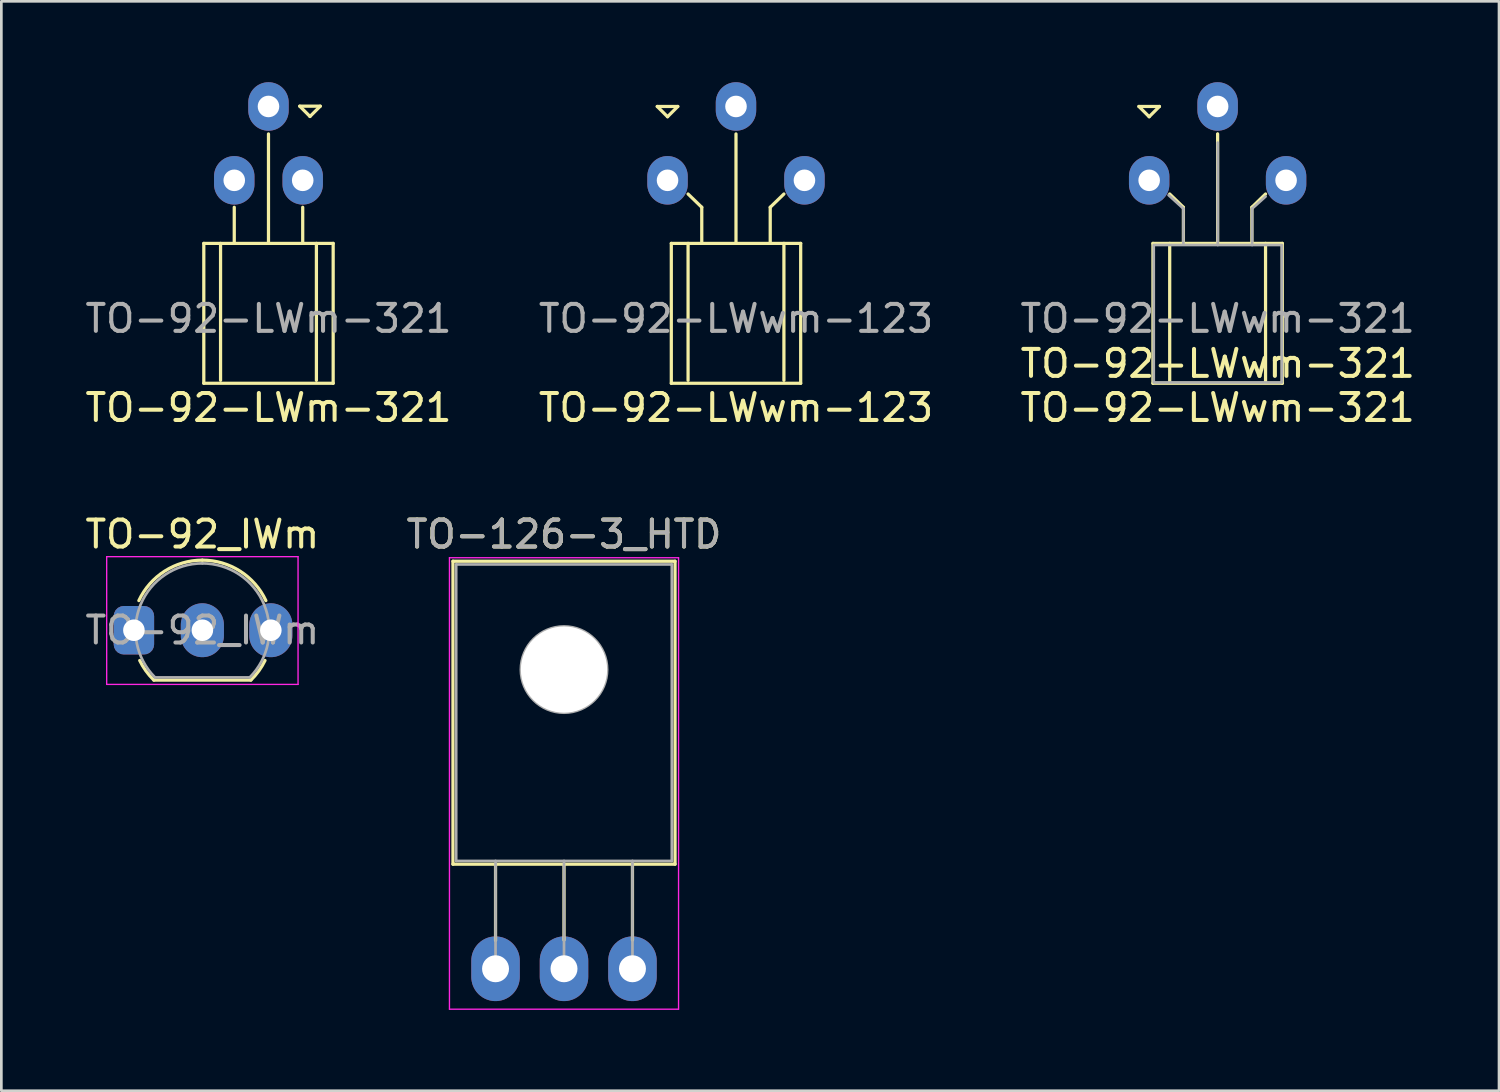
<source format=kicad_pcb>
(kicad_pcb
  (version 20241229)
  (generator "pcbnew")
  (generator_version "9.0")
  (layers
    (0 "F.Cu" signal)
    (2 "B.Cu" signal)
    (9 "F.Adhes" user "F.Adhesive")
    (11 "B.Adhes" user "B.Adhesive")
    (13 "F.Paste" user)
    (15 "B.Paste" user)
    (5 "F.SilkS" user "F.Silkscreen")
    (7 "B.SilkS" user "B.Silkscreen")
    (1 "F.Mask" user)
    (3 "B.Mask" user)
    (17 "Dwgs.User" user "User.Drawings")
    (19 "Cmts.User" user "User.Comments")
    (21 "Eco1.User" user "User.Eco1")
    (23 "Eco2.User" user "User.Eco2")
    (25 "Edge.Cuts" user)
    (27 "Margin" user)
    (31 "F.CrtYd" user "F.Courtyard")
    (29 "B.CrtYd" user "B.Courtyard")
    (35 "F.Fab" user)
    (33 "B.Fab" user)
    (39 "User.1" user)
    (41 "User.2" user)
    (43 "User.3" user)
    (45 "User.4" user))
  (footprint "TO-92_IWm"
    (layer "F.Cu")
    (at 1.918 20.332)
    (property "Reference" "TO-92_IWm" (at 2.54 -3.56 0) (layer "F.SilkS") (effects (font (size 1 1) (thickness 0.15))))
    (attr through_hole)
    (fp_line (start 0.74 1.85) (end 4.34 1.85) (stroke (width 0.12) (type solid)) (layer "F.SilkS"))
    (fp_arc (start 0.1836 -1.098807) (mid 1.143021 -2.192817) (end 2.54 -2.6) (stroke (width 0.12) (type solid)) (layer "F.SilkS"))
    (fp_arc (start 0.74 1.85) (mid 0.446097 1.509328) (end 0.215816 1.122795) (stroke (width 0.12) (type solid)) (layer "F.SilkS"))
    (fp_arc (start 2.54 -2.6) (mid 3.936979 -2.192818) (end 4.8964 -1.098807) (stroke (width 0.12) (type solid)) (layer "F.SilkS"))
    (fp_arc (start 4.864184 1.122795) (mid 4.633903 1.509328) (end 4.34 1.85) (stroke (width 0.12) (type solid)) (layer "F.SilkS"))
    (fp_line (start -1.01 -2.73) (end -1.01 2.01) (stroke (width 0.05) (type solid)) (layer "F.CrtYd"))
    (fp_line (start -1.01 -2.73) (end 6.09 -2.73) (stroke (width 0.05) (type solid)) (layer "F.CrtYd"))
    (fp_line (start 6.09 2.01) (end -1.01 2.01) (stroke (width 0.05) (type solid)) (layer "F.CrtYd"))
    (fp_line (start 6.09 2.01) (end 6.09 -2.73) (stroke (width 0.05) (type solid)) (layer "F.CrtYd"))
    (fp_line (start 0.8 1.75) (end 4.3 1.75) (stroke (width 0.1) (type solid)) (layer "F.Fab"))
    (fp_arc (start 0.786375 1.753625) (mid 0.248779 -0.949055) (end 2.54 -2.48) (stroke (width 0.1) (type solid)) (layer "F.Fab"))
    (fp_arc (start 2.54 -2.48) (mid 4.831221 -0.949055) (end 4.293625 1.753625) (stroke (width 0.1) (type solid)) (layer "F.Fab"))
    (fp_text user "${REFERENCE}" (at 2.54 0 0) (layer "F.Fab") (effects (font (size 1 1) (thickness 0.15))))
    (pad "1" thru_hole roundrect (at 0 0) (size 1.5 1.8) (drill 0.8) (layers "*.Cu" "*.Mask") (roundrect_rratio 0.25))
    (pad "2" thru_hole oval (at 2.54 0) (size 1.6 2) (drill 0.8) (layers "*.Cu" "*.Mask"))
    (pad "3" thru_hole oval (at 5.08 0) (size 1.6 2) (drill 0.8) (layers "*.Cu" "*.Mask")))
  (footprint "TO-92-LWwm-123"
    (layer "F.Cu")
    (at 22.986 3.64)
    (property "Reference" "TO-92-LWwm-123" (at 1.27 8.436 0) (layer "F.SilkS") (effects (font (size 1 1) (thickness 0.15))))
    (attr through_hole)
    (fp_line (start -1.651 -2.74) (end -1.27 -2.359) (stroke (width 0.12) (type solid)) (layer "F.SilkS"))
    (fp_line (start -1.27 -2.359) (end -0.889 -2.74) (stroke (width 0.12) (type solid)) (layer "F.SilkS"))
    (fp_line (start -1.13 2.34) (end 3.67 2.34) (stroke (width 0.12) (type solid)) (layer "F.SilkS"))
    (fp_line (start -1.13 7.53) (end -1.13 2.34) (stroke (width 0.12) (type solid)) (layer "F.SilkS"))
    (fp_line (start -0.889 -2.74) (end -1.651 -2.74) (stroke (width 0.12) (type solid)) (layer "F.SilkS"))
    (fp_line (start -0.508 2.34) (end -0.508 7.42) (stroke (width 0.12) (type solid)) (layer "F.SilkS"))
    (fp_line (start 0 1) (end -0.508 0.508) (stroke (width 0.12) (type default)) (layer "F.SilkS"))
    (fp_line (start 0 1) (end 0 2.34) (stroke (width 0.12) (type solid)) (layer "F.SilkS"))
    (fp_line (start 1.27 -1.72) (end 1.27 2.34) (stroke (width 0.12) (type solid)) (layer "F.SilkS"))
    (fp_line (start 2.54 1) (end 2.54 2.34) (stroke (width 0.12) (type solid)) (layer "F.SilkS"))
    (fp_line (start 2.54 1) (end 3.048 0.508) (stroke (width 0.12) (type default)) (layer "F.SilkS"))
    (fp_line (start 3.048 7.42) (end 3.048 2.34) (stroke (width 0.12) (type solid)) (layer "F.SilkS"))
    (fp_line (start 3.67 2.34) (end 3.67 7.53) (stroke (width 0.12) (type solid)) (layer "F.SilkS"))
    (fp_line (start 3.67 7.53) (end -1.13 7.53) (stroke (width 0.12) (type solid)) (layer "F.SilkS"))
    (fp_text user "${REFERENCE}" (at 1.27 5.13 0) (layer "F.Fab") (effects (font (size 1 1) (thickness 0.15))))
    (pad "1" thru_hole oval (at -1.27 0 90) (size 1.8 1.5) (drill 0.8) (layers "*.Cu" "*.Mask"))
    (pad "2" thru_hole oval (at 1.27 -2.74 90) (size 1.8 1.5) (drill 0.8) (layers "*.Cu" "*.Mask"))
    (pad "3" thru_hole oval (at 3.81 0 90) (size 1.8 1.5) (drill 0.8) (layers "*.Cu" "*.Mask")))
  (footprint "TO-126-3_HTD"
    (layer "F.Cu")
    (at 15.335 32.892)
    (property "Reference" "TO-126-3_HTD" (at 2.54 -16.12 0) (layer "F.SilkS") (effects (font (size 1 1) (thickness 0.15))))
    (attr through_hole)
    (fp_line (start -1.58 -15.12) (end -1.58 -3.88) (stroke (width 0.12) (type solid)) (layer "F.SilkS"))
    (fp_line (start -1.58 -15.12) (end 6.66 -15.12) (stroke (width 0.12) (type solid)) (layer "F.SilkS"))
    (fp_line (start -1.58 -3.88) (end 6.66 -3.88) (stroke (width 0.12) (type solid)) (layer "F.SilkS"))
    (fp_line (start 0 -3.88) (end 0 -1.05) (stroke (width 0.12) (type solid)) (layer "F.SilkS"))
    (fp_line (start 2.54 -3.88) (end 2.54 -1.066) (stroke (width 0.12) (type solid)) (layer "F.SilkS"))
    (fp_line (start 5.08 -3.88) (end 5.08 -1.066) (stroke (width 0.12) (type solid)) (layer "F.SilkS"))
    (fp_line (start 6.66 -15.12) (end 6.66 -3.88) (stroke (width 0.12) (type solid)) (layer "F.SilkS"))
    (fp_line (start -1.71 -15.25) (end -1.71 1.5) (stroke (width 0.05) (type solid)) (layer "F.CrtYd"))
    (fp_line (start -1.71 1.5) (end 6.79 1.5) (stroke (width 0.05) (type solid)) (layer "F.CrtYd"))
    (fp_line (start 6.79 -15.25) (end -1.71 -15.25) (stroke (width 0.05) (type solid)) (layer "F.CrtYd"))
    (fp_line (start 6.79 1.5) (end 6.79 -15.25) (stroke (width 0.05) (type solid)) (layer "F.CrtYd"))
    (fp_line (start -1.46 -15) (end 6.54 -15) (stroke (width 0.1) (type solid)) (layer "F.Fab"))
    (fp_line (start -1.46 -4) (end -1.46 -15) (stroke (width 0.1) (type solid)) (layer "F.Fab"))
    (fp_line (start 0 -4) (end 0 0) (stroke (width 0.1) (type solid)) (layer "F.Fab"))
    (fp_line (start 2.54 -4) (end 2.54 0) (stroke (width 0.1) (type solid)) (layer "F.Fab"))
    (fp_line (start 5.08 -4) (end 5.08 0) (stroke (width 0.1) (type solid)) (layer "F.Fab"))
    (fp_line (start 6.54 -15) (end 6.54 -4) (stroke (width 0.1) (type solid)) (layer "F.Fab"))
    (fp_line (start 6.54 -4) (end -1.46 -4) (stroke (width 0.1) (type solid)) (layer "F.Fab"))
    (fp_circle (center 2.54 -11.1) (end 4.14 -11.1) (stroke (width 0.1) (type solid)) (fill no) (layer "F.Fab"))
    (fp_text user "${REFERENCE}" (at 2.54 -16.12 0) (layer "F.Fab") (effects (font (size 1 1) (thickness 0.15))))
    (pad "" np_thru_hole oval (at 2.54 -11.1) (size 3.2 3.2) (drill 3.2) (layers "*.Cu" "*.Mask"))
    (pad "1" thru_hole oval (at 0 0) (size 1.8 2.4) (drill 1) (layers "*.Cu" "*.Mask"))
    (pad "2" thru_hole oval (at 2.54 0) (size 1.8 2.4) (drill 1) (layers "*.Cu" "*.Mask"))
    (pad "3" thru_hole oval (at 5.08 0) (size 1.8 2.4) (drill 1) (layers "*.Cu" "*.Mask")))
  (footprint "TO-92-LWwm-321"
    (layer "F.Cu")
    (at 40.855 3.64)
    (property "Reference" "TO-92-LWwm-321" (at 1.27 8.436 0) (layer "F.SilkS") (effects (font (size 1 1) (thickness 0.15))))
    (property "Value" "TO-92-LWwm-321" (at 1.27 -4.518 0) (layer "F.Fab") (hide yes) (effects (font (size 1 1) (thickness 0.15))))
    (attr through_hole)
    (fp_line (start -1.651 -2.74) (end -1.27 -2.359) (stroke (width 0.12) (type solid)) (layer "F.SilkS"))
    (fp_line (start -1.27 -2.359) (end -0.889 -2.74) (stroke (width 0.12) (type solid)) (layer "F.SilkS"))
    (fp_line (start -1.13 2.34) (end 3.67 2.34) (stroke (width 0.12) (type solid)) (layer "F.SilkS"))
    (fp_line (start -1.13 7.53) (end -1.13 2.34) (stroke (width 0.12) (type solid)) (layer "F.SilkS"))
    (fp_line (start -0.889 -2.74) (end -1.651 -2.74) (stroke (width 0.12) (type solid)) (layer "F.SilkS"))
    (fp_line (start -0.508 2.34) (end -0.508 7.5) (stroke (width 0.12) (type solid)) (layer "F.SilkS"))
    (fp_line (start 0 1) (end -0.508 0.508) (stroke (width 0.12) (type default)) (layer "F.SilkS"))
    (fp_line (start 0 1) (end 0 2.34) (stroke (width 0.12) (type solid)) (layer "F.SilkS"))
    (fp_line (start 1.27 -1.72) (end 1.27 2.34) (stroke (width 0.1) (type default)) (layer "F.SilkS"))
    (fp_line (start 1.27 -1.72) (end 1.27 2.34) (stroke (width 0.12) (type solid)) (layer "F.SilkS"))
    (fp_line (start 2.54 1) (end 2.54 2.34) (stroke (width 0.12) (type solid)) (layer "F.SilkS"))
    (fp_line (start 2.54 1) (end 3.048 0.508) (stroke (width 0.12) (type default)) (layer "F.SilkS"))
    (fp_line (start 3.048 7.5) (end 3.048 2.34) (stroke (width 0.12) (type solid)) (layer "F.SilkS"))
    (fp_line (start 3.67 2.34) (end 3.67 7.53) (stroke (width 0.12) (type solid)) (layer "F.SilkS"))
    (fp_line (start 3.67 7.53) (end -1.13 7.53) (stroke (width 0.12) (type solid)) (layer "F.SilkS"))
    (fp_line (start 0 1.05) (end -0.55 0.55) (stroke (width 0.1) (type default)) (layer "F.Fab"))
    (fp_line (start 0 2.35) (end 0 1.05) (stroke (width 0.1) (type default)) (layer "F.Fab"))
    (fp_line (start 1.275 2.4) (end 1.275 -1.4) (stroke (width 0.1) (type default)) (layer "F.Fab"))
    (fp_line (start 2.55 1.05) (end 3.05 0.6) (stroke (width 0.1) (type default)) (layer "F.Fab"))
    (fp_line (start 2.55 2.4) (end 2.55 1.05) (stroke (width 0.1) (type default)) (layer "F.Fab"))
    (fp_rect (start -1.1 2.4) (end 3.65 7.5) (stroke (width 0.1) (type default)) (fill no) (layer "F.Fab"))
    (fp_text user "${VALUE}" (at 1.275 6.8 0) (layer "F.SilkS") (effects (font (size 1 1) (thickness 0.15))))
    (fp_text user "${REFERENCE}" (at 1.27 5.13 0) (layer "F.Fab") (effects (font (size 1 1) (thickness 0.15))))
    (pad "1" thru_hole oval (at 3.81 0 90) (size 1.8 1.5) (drill 0.8) (layers "*.Cu" "*.Mask"))
    (pad "2" thru_hole oval (at 1.27 -2.74 90) (size 1.8 1.5) (drill 0.8) (layers "*.Cu" "*.Mask"))
    (pad "3" thru_hole oval (at -1.27 0 90) (size 1.8 1.5) (drill 0.8) (layers "*.Cu" "*.Mask")))
  (footprint "TO-92-LWm-321"
    (layer "F.Cu")
    (at 5.641 3.64)
    (property "Reference" "TO-92-LWm-321" (at 1.27 8.436 0) (layer "F.SilkS") (effects (font (size 1 1) (thickness 0.15))))
    (attr through_hole)
    (fp_line (start -1.13 2.34) (end 3.67 2.34) (stroke (width 0.12) (type solid)) (layer "F.SilkS"))
    (fp_line (start -1.13 7.53) (end -1.13 2.34) (stroke (width 0.12) (type solid)) (layer "F.SilkS"))
    (fp_line (start -0.508 2.34) (end -0.508 7.42) (stroke (width 0.12) (type solid)) (layer "F.SilkS"))
    (fp_line (start 0 1) (end 0 2.34) (stroke (width 0.12) (type solid)) (layer "F.SilkS"))
    (fp_line (start 1.27 -1.72) (end 1.27 2.34) (stroke (width 0.12) (type solid)) (layer "F.SilkS"))
    (fp_line (start 2.429 -2.751) (end 2.809 -2.369) (stroke (width 0.12) (type solid)) (layer "F.SilkS"))
    (fp_line (start 2.54 1) (end 2.54 2.34) (stroke (width 0.12) (type solid)) (layer "F.SilkS"))
    (fp_line (start 2.809 -2.369) (end 3.191 -2.751) (stroke (width 0.12) (type solid)) (layer "F.SilkS"))
    (fp_line (start 3.048 7.42) (end 3.048 2.34) (stroke (width 0.12) (type solid)) (layer "F.SilkS"))
    (fp_line (start 3.191 -2.751) (end 2.429 -2.751) (stroke (width 0.12) (type solid)) (layer "F.SilkS"))
    (fp_line (start 3.67 2.34) (end 3.67 7.53) (stroke (width 0.12) (type solid)) (layer "F.SilkS"))
    (fp_line (start 3.67 7.53) (end -1.13 7.53) (stroke (width 0.12) (type solid)) (layer "F.SilkS"))
    (fp_text user "${REFERENCE}" (at 1.27 5.13 0) (layer "F.Fab") (effects (font (size 1 1) (thickness 0.15))))
    (pad "1" thru_hole oval (at 2.54 0 90) (size 1.8 1.5) (drill 0.8) (layers "*.Cu" "*.Mask"))
    (pad "2" thru_hole oval (at 1.27 -2.74 90) (size 1.8 1.5) (drill 0.8) (layers "*.Cu" "*.Mask"))
    (pad "3" thru_hole oval (at 0 0 90) (size 1.8 1.5) (drill 0.8) (layers "*.Cu" "*.Mask")))
  (gr_rect
    (start -3 -3)
    (end 52.565 37.417)
    (stroke (width 0.1) (type default))
    (fill no)
    (layer "Edge.Cuts")))
</source>
